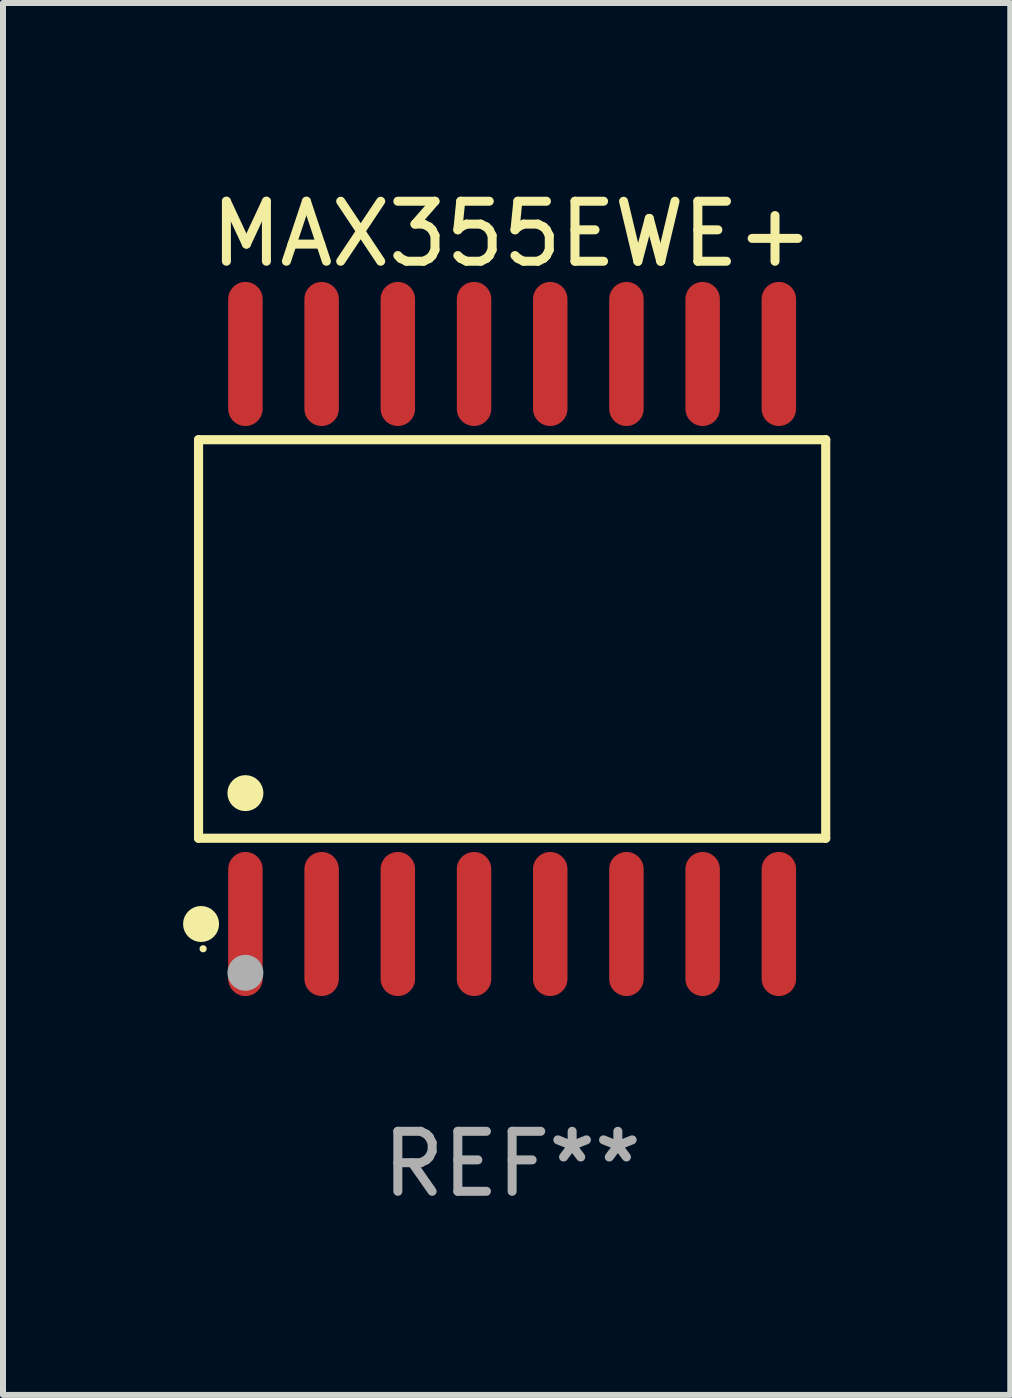
<source format=kicad_pcb>
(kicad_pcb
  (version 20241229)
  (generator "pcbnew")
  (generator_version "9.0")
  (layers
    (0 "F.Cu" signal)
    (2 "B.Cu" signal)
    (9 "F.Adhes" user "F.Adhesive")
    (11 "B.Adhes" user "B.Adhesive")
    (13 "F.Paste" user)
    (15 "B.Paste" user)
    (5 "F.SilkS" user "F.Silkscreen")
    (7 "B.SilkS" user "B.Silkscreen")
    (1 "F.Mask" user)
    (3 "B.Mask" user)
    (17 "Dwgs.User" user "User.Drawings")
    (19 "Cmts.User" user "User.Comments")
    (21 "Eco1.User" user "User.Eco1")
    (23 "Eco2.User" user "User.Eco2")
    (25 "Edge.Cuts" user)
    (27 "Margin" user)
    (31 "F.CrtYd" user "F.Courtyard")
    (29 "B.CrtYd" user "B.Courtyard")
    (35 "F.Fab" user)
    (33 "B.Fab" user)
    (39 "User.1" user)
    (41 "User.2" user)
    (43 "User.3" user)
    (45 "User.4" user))
  (footprint "MAX355EWE+"
    (layer "F.Cu")
    (at 5.485 7.599)
    (property "Reference" "MAX355EWE+" (at 0 -6.75 0) (layer "F.SilkS") (effects (font (size 1 1) (thickness 0.15))))
    (attr through_hole)
    (fp_line (start -5.226 -3.321) (end 5.226 -3.321) (stroke (width 0.152) (type solid)) (layer "F.SilkS"))
    (fp_line (start -5.226 3.321) (end -5.226 -3.321) (stroke (width 0.152) (type solid)) (layer "F.SilkS"))
    (fp_line (start 5.226 -3.321) (end 5.226 3.321) (stroke (width 0.152) (type solid)) (layer "F.SilkS"))
    (fp_line (start 5.226 3.321) (end -5.226 3.321) (stroke (width 0.152) (type solid)) (layer "F.SilkS"))
    (fp_circle (center -5.184 4.75) (end -5.034 4.75) (stroke (width 0.3) (type solid)) (fill no) (layer "F.SilkS"))
    (fp_circle (center -5.15 5.163) (end -5.12 5.163) (stroke (width 0.06) (type solid)) (fill no) (layer "F.SilkS"))
    (fp_circle (center -4.445 2.569) (end -4.295 2.569) (stroke (width 0.3) (type solid)) (fill no) (layer "F.SilkS"))
    (fp_circle (center -4.445 5.563) (end -4.295 5.563) (stroke (width 0.3) (type solid)) (fill no) (layer "F.Fab"))
    (fp_text user "REF**" (at 0 8.75 0) (layer "F.Fab") (effects (font (size 1 1) (thickness 0.15))))
    (pad "1" smd oval (at -4.445 4.75) (size 0.574 2.401) (layers "F.Cu" "F.Mask" "F.Paste"))
    (pad "2" smd oval (at -3.175 4.75) (size 0.574 2.401) (layers "F.Cu" "F.Mask" "F.Paste"))
    (pad "3" smd oval (at -1.905 4.75) (size 0.574 2.401) (layers "F.Cu" "F.Mask" "F.Paste"))
    (pad "4" smd oval (at -0.635 4.75) (size 0.574 2.401) (layers "F.Cu" "F.Mask" "F.Paste"))
    (pad "5" smd oval (at 0.635 4.75) (size 0.574 2.401) (layers "F.Cu" "F.Mask" "F.Paste"))
    (pad "6" smd oval (at 1.905 4.75) (size 0.574 2.401) (layers "F.Cu" "F.Mask" "F.Paste"))
    (pad "7" smd oval (at 3.175 4.75) (size 0.574 2.401) (layers "F.Cu" "F.Mask" "F.Paste"))
    (pad "8" smd oval (at 4.445 4.75) (size 0.574 2.401) (layers "F.Cu" "F.Mask" "F.Paste"))
    (pad "9" smd oval (at 4.445 -4.75) (size 0.574 2.401) (layers "F.Cu" "F.Mask" "F.Paste"))
    (pad "10" smd oval (at 3.175 -4.75) (size 0.574 2.401) (layers "F.Cu" "F.Mask" "F.Paste"))
    (pad "11" smd oval (at 1.905 -4.75) (size 0.574 2.401) (layers "F.Cu" "F.Mask" "F.Paste"))
    (pad "12" smd oval (at 0.635 -4.75) (size 0.574 2.401) (layers "F.Cu" "F.Mask" "F.Paste"))
    (pad "13" smd oval (at -0.635 -4.75) (size 0.574 2.401) (layers "F.Cu" "F.Mask" "F.Paste"))
    (pad "14" smd oval (at -1.905 -4.75) (size 0.574 2.401) (layers "F.Cu" "F.Mask" "F.Paste"))
    (pad "15" smd oval (at -3.175 -4.75) (size 0.574 2.401) (layers "F.Cu" "F.Mask" "F.Paste"))
    (pad "16" smd oval (at -4.445 -4.75) (size 0.574 2.401) (layers "F.Cu" "F.Mask" "F.Paste")))
  (gr_rect
    (start -3 -3)
    (end 13.787 20.197)
    (stroke (width 0.1) (type default))
    (fill no)
    (layer "Edge.Cuts")))
</source>
